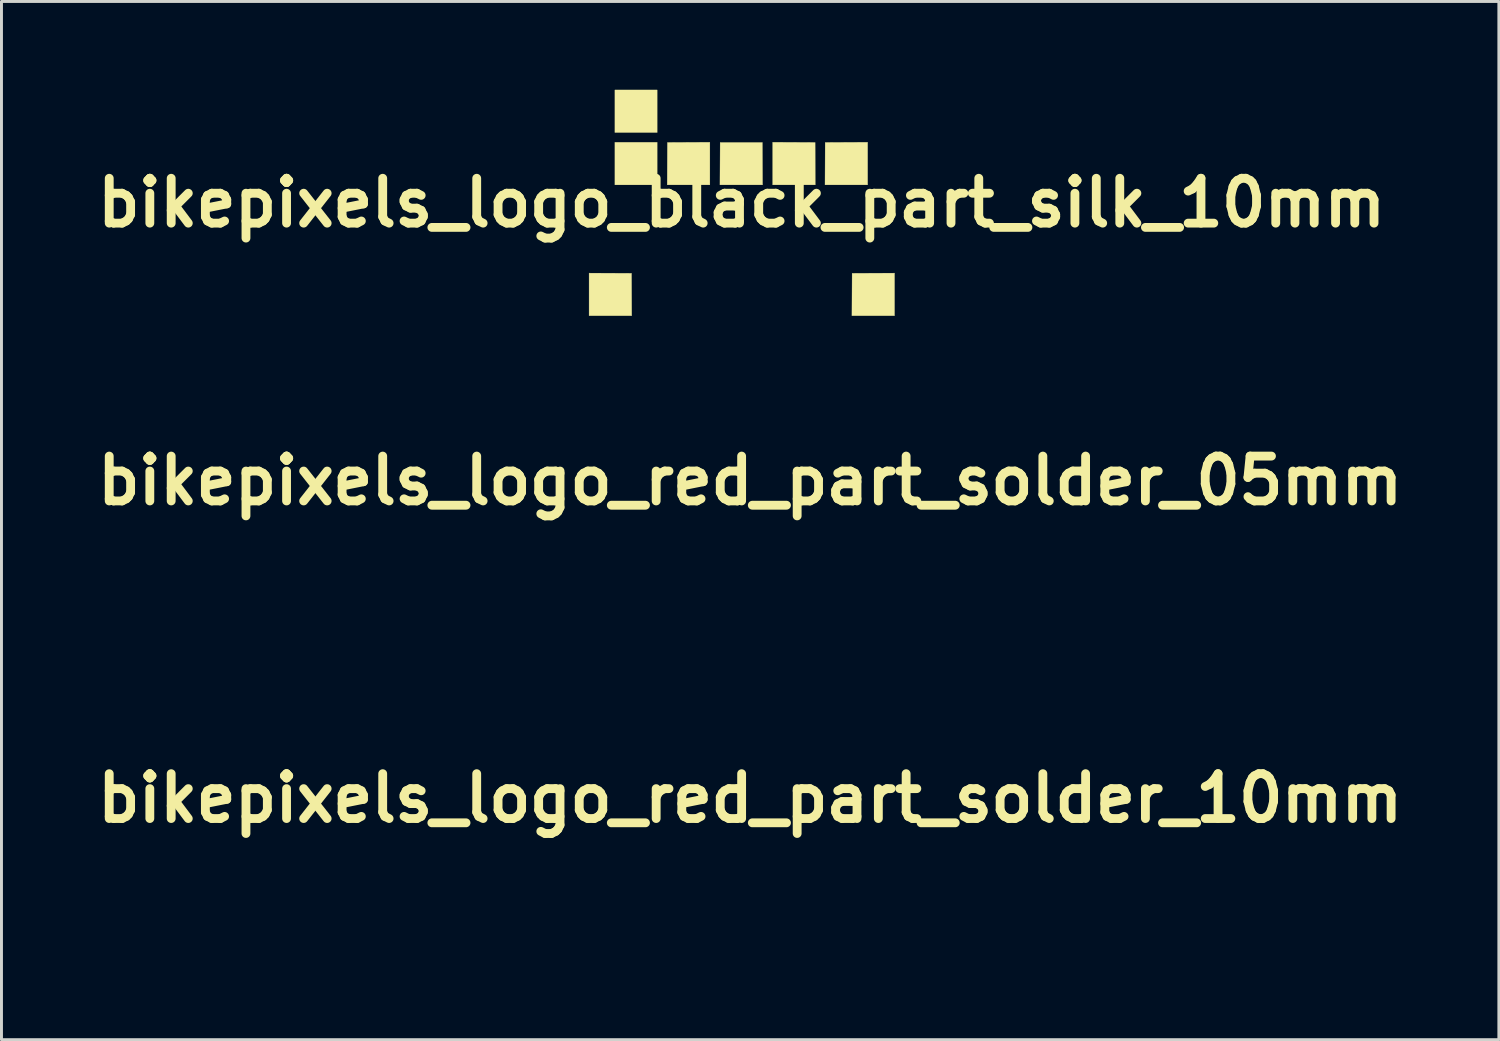
<source format=kicad_pcb>
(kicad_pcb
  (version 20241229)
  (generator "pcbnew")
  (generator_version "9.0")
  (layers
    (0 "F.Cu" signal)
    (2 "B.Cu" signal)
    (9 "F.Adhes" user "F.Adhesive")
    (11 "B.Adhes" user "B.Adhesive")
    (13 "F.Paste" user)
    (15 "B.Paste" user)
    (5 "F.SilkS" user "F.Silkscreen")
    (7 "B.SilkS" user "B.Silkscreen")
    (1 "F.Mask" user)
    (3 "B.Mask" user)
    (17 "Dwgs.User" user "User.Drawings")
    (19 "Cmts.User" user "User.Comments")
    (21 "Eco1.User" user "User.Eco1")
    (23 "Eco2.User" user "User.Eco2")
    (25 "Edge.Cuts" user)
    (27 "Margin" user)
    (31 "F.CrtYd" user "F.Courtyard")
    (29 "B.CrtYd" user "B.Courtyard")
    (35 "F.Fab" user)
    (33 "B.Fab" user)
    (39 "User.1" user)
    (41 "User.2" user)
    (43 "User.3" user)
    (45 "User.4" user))
  (footprint "bikepixels_logo_red_part_solder_10mm"
    (layer "F.Cu")
    (at 22.432 24.065)
    (property "Reference" "bikepixels_logo_red_part_solder_10mm" (at 0 0 0) (layer "F.SilkS") (effects (font (size 1.524 1.524) (thickness 0.3))))
    (attr through_hole)
    (fp_poly (pts (xy -6.413 3.404) (xy -7.861 3.404) (xy -7.861 1.968) (xy -6.413 1.968) (xy -6.413 3.404)) (stroke (width 0.01) (type solid)) (fill yes) (layer "F.Mask"))
    (fp_poly (pts (xy -4.636 -3.734) (xy -6.071 -3.734) (xy -6.071 -5.182) (xy -4.636 -5.182) (xy -4.636 -3.734)) (stroke (width 0.01) (type solid)) (fill yes) (layer "F.Mask"))
    (fp_poly (pts (xy -4.636 -0.165) (xy -6.071 -0.165) (xy -6.071 -1.613) (xy -4.636 -1.613) (xy -4.636 -0.165)) (stroke (width 0.01) (type solid)) (fill yes) (layer "F.Mask"))
    (fp_poly (pts (xy -4.636 5.194) (xy -6.071 5.194) (xy -6.071 3.747) (xy -4.636 3.747) (xy -4.636 5.194)) (stroke (width 0.01) (type solid)) (fill yes) (layer "F.Mask"))
    (fp_poly (pts (xy -2.845 -0.165) (xy -4.293 -0.165) (xy -4.293 -1.613) (xy -2.845 -1.613) (xy -2.845 -0.165)) (stroke (width 0.01) (type solid)) (fill yes) (layer "F.Mask"))
    (fp_poly (pts (xy -2.845 5.194) (xy -4.293 5.194) (xy -4.293 3.747) (xy -2.845 3.747) (xy -2.845 5.194)) (stroke (width 0.01) (type solid)) (fill yes) (layer "F.Mask"))
    (fp_poly (pts (xy -1.054 1.626) (xy -2.502 1.626) (xy -2.502 0.178) (xy -1.054 0.178) (xy -1.054 1.626)) (stroke (width 0.01) (type solid)) (fill yes) (layer "F.Mask"))
    (fp_poly (pts (xy -1.054 3.404) (xy -2.502 3.404) (xy -2.502 1.968) (xy -1.054 1.968) (xy -1.054 3.404)) (stroke (width 0.01) (type solid)) (fill yes) (layer "F.Mask"))
    (fp_poly (pts (xy 2.515 1.626) (xy 1.067 1.626) (xy 1.067 0.178) (xy 2.515 0.178) (xy 2.515 1.626)) (stroke (width 0.01) (type solid)) (fill yes) (layer "F.Mask"))
    (fp_poly (pts (xy 2.515 3.404) (xy 1.067 3.404) (xy 1.067 1.968) (xy 2.515 1.968) (xy 2.515 3.404)) (stroke (width 0.01) (type solid)) (fill yes) (layer "F.Mask"))
    (fp_poly (pts (xy 4.305 -3.734) (xy 2.857 -3.734) (xy 2.857 -5.182) (xy 4.305 -5.182) (xy 4.305 -3.734)) (stroke (width 0.01) (type solid)) (fill yes) (layer "F.Mask"))
    (fp_poly (pts (xy 4.305 -0.165) (xy 2.857 -0.165) (xy 2.857 -1.613) (xy 4.305 -1.613) (xy 4.305 -0.165)) (stroke (width 0.01) (type solid)) (fill yes) (layer "F.Mask"))
    (fp_poly (pts (xy 4.305 5.194) (xy 2.857 5.194) (xy 2.857 3.747) (xy 4.305 3.747) (xy 4.305 5.194)) (stroke (width 0.01) (type solid)) (fill yes) (layer "F.Mask"))
    (fp_poly (pts (xy 6.083 -3.734) (xy 4.648 -3.734) (xy 4.648 -5.182) (xy 6.083 -5.182) (xy 6.083 -3.734)) (stroke (width 0.01) (type solid)) (fill yes) (layer "F.Mask"))
    (fp_poly (pts (xy 6.083 -0.165) (xy 4.648 -0.165) (xy 4.648 -1.613) (xy 6.083 -1.613) (xy 6.083 -0.165)) (stroke (width 0.01) (type solid)) (fill yes) (layer "F.Mask"))
    (fp_poly (pts (xy 6.083 5.194) (xy 4.648 5.194) (xy 4.648 3.747) (xy 6.083 3.747) (xy 6.083 5.194)) (stroke (width 0.01) (type solid)) (fill yes) (layer "F.Mask"))
    (fp_poly (pts (xy 7.874 3.404) (xy 6.426 3.404) (xy 6.426 1.968) (xy 7.874 1.968) (xy 7.874 3.404)) (stroke (width 0.01) (type solid)) (fill yes) (layer "F.Mask"))
    (fp_poly (pts (xy -6.417 0.899) (xy -6.42 1.619) (xy -7.141 1.623) (xy -7.861 1.626) (xy -7.861 0.178) (xy -6.413 0.178) (xy -6.417 0.899)) (stroke (width 0.01) (type solid)) (fill yes) (layer "F.Mask"))
    (fp_poly (pts (xy 7.874 1.626) (xy 7.159 1.626) (xy 7.026 1.625) (xy 6.901 1.625) (xy 6.786 1.624) (xy 6.684 1.623) (xy 6.596 1.622) (xy 6.525 1.621) (xy 6.473 1.62) (xy 6.442 1.618) (xy 6.435 1.617) (xy 6.433 1.603) (xy 6.432 1.566) (xy 6.43 1.508) (xy 6.429 1.432) (xy 6.428 1.34) (xy 6.427 1.233) (xy 6.427 1.115) (xy 6.426 0.988) (xy 6.426 0.893) (xy 6.426 0.178) (xy 7.874 0.178) (xy 7.874 1.626)) (stroke (width 0.01) (type solid)) (fill yes) (layer "F.Mask")))
  (footprint "bikepixels_logo_red_part_solder_05mm"
    (layer "F.Cu")
    (at 22.432 13.277)
    (property "Reference" "bikepixels_logo_red_part_solder_05mm" (at 0 0 0) (layer "F.SilkS") (effects (font (size 1.524 1.524) (thickness 0.3))))
    (attr through_hole)
    (fp_poly (pts (xy -3.207 1.702) (xy -3.931 1.702) (xy -3.931 0.984) (xy -3.207 0.984) (xy -3.207 1.702)) (stroke (width 0.01) (type solid)) (fill yes) (layer "F.Mask"))
    (fp_poly (pts (xy -2.318 -1.867) (xy -3.035 -1.867) (xy -3.035 -2.591) (xy -2.318 -2.591) (xy -2.318 -1.867)) (stroke (width 0.01) (type solid)) (fill yes) (layer "F.Mask"))
    (fp_poly (pts (xy -2.318 -0.083) (xy -3.035 -0.083) (xy -3.035 -0.806) (xy -2.318 -0.806) (xy -2.318 -0.083)) (stroke (width 0.01) (type solid)) (fill yes) (layer "F.Mask"))
    (fp_poly (pts (xy -2.318 2.597) (xy -3.035 2.597) (xy -3.035 1.873) (xy -2.318 1.873) (xy -2.318 2.597)) (stroke (width 0.01) (type solid)) (fill yes) (layer "F.Mask"))
    (fp_poly (pts (xy -1.422 -0.083) (xy -2.146 -0.083) (xy -2.146 -0.806) (xy -1.422 -0.806) (xy -1.422 -0.083)) (stroke (width 0.01) (type solid)) (fill yes) (layer "F.Mask"))
    (fp_poly (pts (xy -1.422 2.597) (xy -2.146 2.597) (xy -2.146 1.873) (xy -1.422 1.873) (xy -1.422 2.597)) (stroke (width 0.01) (type solid)) (fill yes) (layer "F.Mask"))
    (fp_poly (pts (xy -0.527 0.813) (xy -1.251 0.813) (xy -1.251 0.089) (xy -0.527 0.089) (xy -0.527 0.813)) (stroke (width 0.01) (type solid)) (fill yes) (layer "F.Mask"))
    (fp_poly (pts (xy -0.527 1.702) (xy -1.251 1.702) (xy -1.251 0.984) (xy -0.527 0.984) (xy -0.527 1.702)) (stroke (width 0.01) (type solid)) (fill yes) (layer "F.Mask"))
    (fp_poly (pts (xy 1.257 0.813) (xy 0.533 0.813) (xy 0.533 0.089) (xy 1.257 0.089) (xy 1.257 0.813)) (stroke (width 0.01) (type solid)) (fill yes) (layer "F.Mask"))
    (fp_poly (pts (xy 1.257 1.702) (xy 0.533 1.702) (xy 0.533 0.984) (xy 1.257 0.984) (xy 1.257 1.702)) (stroke (width 0.01) (type solid)) (fill yes) (layer "F.Mask"))
    (fp_poly (pts (xy 2.153 -1.867) (xy 1.429 -1.867) (xy 1.429 -2.591) (xy 2.153 -2.591) (xy 2.153 -1.867)) (stroke (width 0.01) (type solid)) (fill yes) (layer "F.Mask"))
    (fp_poly (pts (xy 2.153 -0.083) (xy 1.429 -0.083) (xy 1.429 -0.806) (xy 2.153 -0.806) (xy 2.153 -0.083)) (stroke (width 0.01) (type solid)) (fill yes) (layer "F.Mask"))
    (fp_poly (pts (xy 2.153 2.597) (xy 1.429 2.597) (xy 1.429 1.873) (xy 2.153 1.873) (xy 2.153 2.597)) (stroke (width 0.01) (type solid)) (fill yes) (layer "F.Mask"))
    (fp_poly (pts (xy 3.042 -1.867) (xy 2.324 -1.867) (xy 2.324 -2.591) (xy 3.042 -2.591) (xy 3.042 -1.867)) (stroke (width 0.01) (type solid)) (fill yes) (layer "F.Mask"))
    (fp_poly (pts (xy 3.042 -0.083) (xy 2.324 -0.083) (xy 2.324 -0.806) (xy 3.042 -0.806) (xy 3.042 -0.083)) (stroke (width 0.01) (type solid)) (fill yes) (layer "F.Mask"))
    (fp_poly (pts (xy 3.042 2.597) (xy 2.324 2.597) (xy 2.324 1.873) (xy 3.042 1.873) (xy 3.042 2.597)) (stroke (width 0.01) (type solid)) (fill yes) (layer "F.Mask"))
    (fp_poly (pts (xy 3.937 1.702) (xy 3.213 1.702) (xy 3.213 0.984) (xy 3.937 0.984) (xy 3.937 1.702)) (stroke (width 0.01) (type solid)) (fill yes) (layer "F.Mask"))
    (fp_poly (pts (xy -3.208 0.449) (xy -3.21 0.81) (xy -3.57 0.811) (xy -3.931 0.813) (xy -3.931 0.089) (xy -3.207 0.089) (xy -3.208 0.449)) (stroke (width 0.01) (type solid)) (fill yes) (layer "F.Mask"))
    (fp_poly (pts (xy 3.937 0.813) (xy 3.579 0.813) (xy 3.513 0.813) (xy 3.451 0.813) (xy 3.393 0.812) (xy 3.342 0.812) (xy 3.298 0.811) (xy 3.262 0.811) (xy 3.236 0.81) (xy 3.221 0.809) (xy 3.217 0.809) (xy 3.217 0.802) (xy 3.216 0.783) (xy 3.215 0.754) (xy 3.215 0.716) (xy 3.214 0.67) (xy 3.214 0.617) (xy 3.213 0.558) (xy 3.213 0.494) (xy 3.213 0.447) (xy 3.213 0.089) (xy 3.937 0.089) (xy 3.937 0.813)) (stroke (width 0.01) (type solid)) (fill yes) (layer "F.Mask")))
  (footprint "bikepixels_logo_black_part_silk_10mm"
    (layer "F.Cu")
    (at 22.142 3.84)
    (property "Reference" "bikepixels_logo_black_part_silk_10mm" (at 0 0 0) (layer "F.SilkS") (effects (font (size 1.524 1.524) (thickness 0.3))))
    (attr through_hole)
    (fp_poly (pts (xy -2.87 -2.388) (xy -4.305 -2.388) (xy -4.305 -3.835) (xy -2.87 -3.835) (xy -2.87 -2.388)) (stroke (width 0.01) (type solid)) (fill yes) (layer "F.SilkS"))
    (fp_poly (pts (xy -2.87 -0.61) (xy -4.305 -0.61) (xy -4.305 -2.057) (xy -2.87 -2.057) (xy -2.87 -0.61)) (stroke (width 0.01) (type solid)) (fill yes) (layer "F.SilkS"))
    (fp_poly (pts (xy -1.079 -0.61) (xy -2.528 -0.61) (xy -2.521 -2.051) (xy -1.079 -2.058) (xy -1.079 -0.61)) (stroke (width 0.01) (type solid)) (fill yes) (layer "F.SilkS"))
    (fp_poly (pts (xy 4.28 -0.61) (xy 2.832 -0.61) (xy 2.838 -2.051) (xy 4.28 -2.058) (xy 4.28 -0.61)) (stroke (width 0.01) (type solid)) (fill yes) (layer "F.SilkS"))
    (fp_poly (pts (xy 5.194 3.835) (xy 3.746 3.835) (xy 3.753 2.394) (xy 5.194 2.387) (xy 5.194 3.835)) (stroke (width 0.01) (type solid)) (fill yes) (layer "F.SilkS"))
    (fp_poly (pts (xy -3.74 2.394) (xy -3.737 3.115) (xy -3.734 3.835) (xy -5.182 3.835) (xy -5.182 2.387) (xy -3.74 2.394)) (stroke (width 0.01) (type solid)) (fill yes) (layer "F.SilkS"))
    (fp_poly (pts (xy 0.708 -1.33) (xy 0.711 -0.61) (xy -0.737 -0.61) (xy -0.73 -2.051) (xy 0.705 -2.051) (xy 0.708 -1.33)) (stroke (width 0.01) (type solid)) (fill yes) (layer "F.SilkS"))
    (fp_poly (pts (xy 2.496 -2.051) (xy 2.499 -1.33) (xy 2.502 -0.61) (xy 1.054 -0.61) (xy 1.054 -2.058) (xy 2.496 -2.051)) (stroke (width 0.01) (type solid)) (fill yes) (layer "F.SilkS")))
  (gr_rect
    (start -3 -3)
    (end 47.864 32.265)
    (stroke (width 0.1) (type default))
    (fill no)
    (layer "Edge.Cuts")))
</source>
